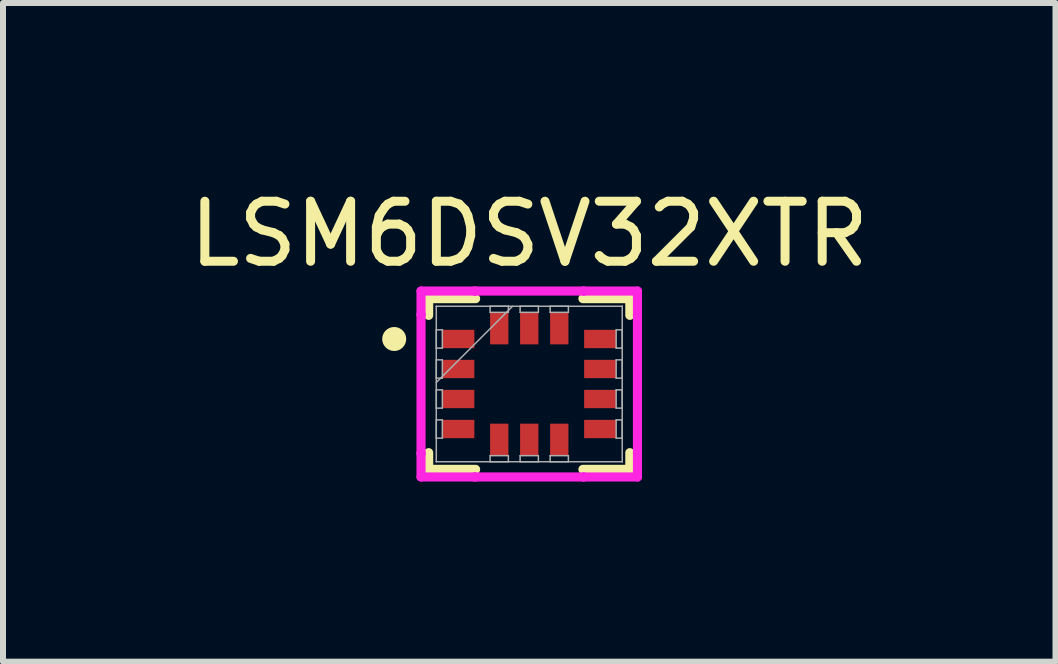
<source format=kicad_pcb>
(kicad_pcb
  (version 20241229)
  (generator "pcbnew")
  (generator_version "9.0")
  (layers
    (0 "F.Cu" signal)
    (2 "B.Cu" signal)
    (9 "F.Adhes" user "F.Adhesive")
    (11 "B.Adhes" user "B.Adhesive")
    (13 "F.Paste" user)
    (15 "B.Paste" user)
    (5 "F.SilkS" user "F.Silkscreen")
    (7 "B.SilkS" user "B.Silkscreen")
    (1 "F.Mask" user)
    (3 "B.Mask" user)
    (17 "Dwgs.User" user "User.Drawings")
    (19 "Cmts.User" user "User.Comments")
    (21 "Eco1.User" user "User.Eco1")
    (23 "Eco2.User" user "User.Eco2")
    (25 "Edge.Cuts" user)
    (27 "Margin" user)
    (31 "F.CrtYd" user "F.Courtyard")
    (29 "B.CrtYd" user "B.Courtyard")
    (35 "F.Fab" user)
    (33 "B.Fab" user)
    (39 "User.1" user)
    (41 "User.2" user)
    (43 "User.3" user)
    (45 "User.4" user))
  (footprint "LSM6DSV32XTR"
    (layer "F.Cu")
    (at 5.768 3.348)
    (property "Reference" "LSM6DSV32XTR" (at 0 -2.5 0) (unlocked yes) (layer "F.SilkS") (effects (font (size 1 1) (thickness 0.15))))
    (attr smd)
    (fp_line (start -1.676 -1.422) (end -1.676 -1.144) (stroke (width 0.152) (type solid)) (layer "F.SilkS"))
    (fp_line (start -1.676 1.144) (end -1.676 1.422) (stroke (width 0.152) (type solid)) (layer "F.SilkS"))
    (fp_line (start -1.676 1.422) (end -0.894 1.422) (stroke (width 0.152) (type solid)) (layer "F.SilkS"))
    (fp_line (start -0.894 -1.422) (end -1.676 -1.422) (stroke (width 0.152) (type solid)) (layer "F.SilkS"))
    (fp_line (start 0.894 1.422) (end 1.676 1.422) (stroke (width 0.152) (type solid)) (layer "F.SilkS"))
    (fp_line (start 1.676 -1.422) (end 0.894 -1.422) (stroke (width 0.152) (type solid)) (layer "F.SilkS"))
    (fp_line (start 1.676 -1.144) (end 1.676 -1.422) (stroke (width 0.152) (type solid)) (layer "F.SilkS"))
    (fp_line (start 1.676 1.422) (end 1.676 1.144) (stroke (width 0.152) (type solid)) (layer "F.SilkS"))
    (fp_circle (center -2.25 -0.75) (end -2.15 -0.75) (stroke (width 0.2) (type solid)) (fill no) (layer "F.SilkS"))
    (fp_line (start -1.803 -1.549) (end -0.906 -1.549) (stroke (width 0.152) (type solid)) (layer "F.CrtYd"))
    (fp_line (start -1.803 -1.156) (end -1.803 -1.549) (stroke (width 0.152) (type solid)) (layer "F.CrtYd"))
    (fp_line (start -1.803 -1.156) (end -1.803 -1.156) (stroke (width 0.152) (type solid)) (layer "F.CrtYd"))
    (fp_line (start -1.803 1.156) (end -1.803 -1.156) (stroke (width 0.152) (type solid)) (layer "F.CrtYd"))
    (fp_line (start -1.803 1.156) (end -1.803 1.156) (stroke (width 0.152) (type solid)) (layer "F.CrtYd"))
    (fp_line (start -1.803 1.549) (end -1.803 1.156) (stroke (width 0.152) (type solid)) (layer "F.CrtYd"))
    (fp_line (start -0.906 -1.549) (end -0.906 -1.549) (stroke (width 0.152) (type solid)) (layer "F.CrtYd"))
    (fp_line (start -0.906 -1.549) (end 0.906 -1.549) (stroke (width 0.152) (type solid)) (layer "F.CrtYd"))
    (fp_line (start -0.906 1.549) (end -1.803 1.549) (stroke (width 0.152) (type solid)) (layer "F.CrtYd"))
    (fp_line (start -0.906 1.549) (end -0.906 1.549) (stroke (width 0.152) (type solid)) (layer "F.CrtYd"))
    (fp_line (start 0.906 -1.549) (end 0.906 -1.549) (stroke (width 0.152) (type solid)) (layer "F.CrtYd"))
    (fp_line (start 0.906 -1.549) (end 1.803 -1.549) (stroke (width 0.152) (type solid)) (layer "F.CrtYd"))
    (fp_line (start 0.906 1.549) (end -0.906 1.549) (stroke (width 0.152) (type solid)) (layer "F.CrtYd"))
    (fp_line (start 0.906 1.549) (end 0.906 1.549) (stroke (width 0.152) (type solid)) (layer "F.CrtYd"))
    (fp_line (start 1.803 -1.549) (end 1.803 -1.156) (stroke (width 0.152) (type solid)) (layer "F.CrtYd"))
    (fp_line (start 1.803 -1.156) (end 1.803 -1.156) (stroke (width 0.152) (type solid)) (layer "F.CrtYd"))
    (fp_line (start 1.803 -1.156) (end 1.803 1.156) (stroke (width 0.152) (type solid)) (layer "F.CrtYd"))
    (fp_line (start 1.803 1.156) (end 1.803 1.156) (stroke (width 0.152) (type solid)) (layer "F.CrtYd"))
    (fp_line (start 1.803 1.156) (end 1.803 1.549) (stroke (width 0.152) (type solid)) (layer "F.CrtYd"))
    (fp_line (start 1.803 1.549) (end 0.906 1.549) (stroke (width 0.152) (type solid)) (layer "F.CrtYd"))
    (fp_line (start -1.549 -1.295) (end -1.549 -1.295) (stroke (width 0.025) (type solid)) (layer "F.Fab"))
    (fp_line (start -1.549 -1.295) (end -1.549 1.295) (stroke (width 0.025) (type solid)) (layer "F.Fab"))
    (fp_line (start -1.549 -0.902) (end -1.448 -0.902) (stroke (width 0.025) (type solid)) (layer "F.Fab"))
    (fp_line (start -1.549 -0.598) (end -1.549 -0.902) (stroke (width 0.025) (type solid)) (layer "F.Fab"))
    (fp_line (start -1.549 -0.402) (end -1.448 -0.402) (stroke (width 0.025) (type solid)) (layer "F.Fab"))
    (fp_line (start -1.549 -0.098) (end -1.549 -0.402) (stroke (width 0.025) (type solid)) (layer "F.Fab"))
    (fp_line (start -1.549 -0.025) (end -0.279 -1.295) (stroke (width 0.025) (type solid)) (layer "F.Fab"))
    (fp_line (start -1.549 0.098) (end -1.448 0.098) (stroke (width 0.025) (type solid)) (layer "F.Fab"))
    (fp_line (start -1.549 0.402) (end -1.549 0.098) (stroke (width 0.025) (type solid)) (layer "F.Fab"))
    (fp_line (start -1.549 0.598) (end -1.448 0.598) (stroke (width 0.025) (type solid)) (layer "F.Fab"))
    (fp_line (start -1.549 0.902) (end -1.549 0.598) (stroke (width 0.025) (type solid)) (layer "F.Fab"))
    (fp_line (start -1.549 1.295) (end -1.549 1.295) (stroke (width 0.025) (type solid)) (layer "F.Fab"))
    (fp_line (start -1.549 1.295) (end 1.549 1.295) (stroke (width 0.025) (type solid)) (layer "F.Fab"))
    (fp_line (start -1.448 -0.902) (end -1.448 -0.598) (stroke (width 0.025) (type solid)) (layer "F.Fab"))
    (fp_line (start -1.448 -0.598) (end -1.549 -0.598) (stroke (width 0.025) (type solid)) (layer "F.Fab"))
    (fp_line (start -1.448 -0.402) (end -1.448 -0.098) (stroke (width 0.025) (type solid)) (layer "F.Fab"))
    (fp_line (start -1.448 -0.098) (end -1.549 -0.098) (stroke (width 0.025) (type solid)) (layer "F.Fab"))
    (fp_line (start -1.448 0.098) (end -1.448 0.402) (stroke (width 0.025) (type solid)) (layer "F.Fab"))
    (fp_line (start -1.448 0.402) (end -1.549 0.402) (stroke (width 0.025) (type solid)) (layer "F.Fab"))
    (fp_line (start -1.448 0.598) (end -1.448 0.902) (stroke (width 0.025) (type solid)) (layer "F.Fab"))
    (fp_line (start -1.448 0.902) (end -1.549 0.902) (stroke (width 0.025) (type solid)) (layer "F.Fab"))
    (fp_line (start -0.652 -1.295) (end -0.348 -1.295) (stroke (width 0.025) (type solid)) (layer "F.Fab"))
    (fp_line (start -0.652 -1.194) (end -0.652 -1.295) (stroke (width 0.025) (type solid)) (layer "F.Fab"))
    (fp_line (start -0.652 1.194) (end -0.348 1.194) (stroke (width 0.025) (type solid)) (layer "F.Fab"))
    (fp_line (start -0.652 1.295) (end -0.652 1.194) (stroke (width 0.025) (type solid)) (layer "F.Fab"))
    (fp_line (start -0.348 -1.295) (end -0.348 -1.194) (stroke (width 0.025) (type solid)) (layer "F.Fab"))
    (fp_line (start -0.348 -1.194) (end -0.652 -1.194) (stroke (width 0.025) (type solid)) (layer "F.Fab"))
    (fp_line (start -0.348 1.194) (end -0.348 1.295) (stroke (width 0.025) (type solid)) (layer "F.Fab"))
    (fp_line (start -0.348 1.295) (end -0.652 1.295) (stroke (width 0.025) (type solid)) (layer "F.Fab"))
    (fp_line (start -0.152 -1.295) (end 0.152 -1.295) (stroke (width 0.025) (type solid)) (layer "F.Fab"))
    (fp_line (start -0.152 -1.194) (end -0.152 -1.295) (stroke (width 0.025) (type solid)) (layer "F.Fab"))
    (fp_line (start -0.152 1.194) (end 0.152 1.194) (stroke (width 0.025) (type solid)) (layer "F.Fab"))
    (fp_line (start -0.152 1.295) (end -0.152 1.194) (stroke (width 0.025) (type solid)) (layer "F.Fab"))
    (fp_line (start 0.152 -1.295) (end 0.152 -1.194) (stroke (width 0.025) (type solid)) (layer "F.Fab"))
    (fp_line (start 0.152 -1.194) (end -0.152 -1.194) (stroke (width 0.025) (type solid)) (layer "F.Fab"))
    (fp_line (start 0.152 1.194) (end 0.152 1.295) (stroke (width 0.025) (type solid)) (layer "F.Fab"))
    (fp_line (start 0.152 1.295) (end -0.152 1.295) (stroke (width 0.025) (type solid)) (layer "F.Fab"))
    (fp_line (start 0.348 -1.295) (end 0.652 -1.295) (stroke (width 0.025) (type solid)) (layer "F.Fab"))
    (fp_line (start 0.348 -1.194) (end 0.348 -1.295) (stroke (width 0.025) (type solid)) (layer "F.Fab"))
    (fp_line (start 0.348 1.194) (end 0.652 1.194) (stroke (width 0.025) (type solid)) (layer "F.Fab"))
    (fp_line (start 0.348 1.295) (end 0.348 1.194) (stroke (width 0.025) (type solid)) (layer "F.Fab"))
    (fp_line (start 0.652 -1.295) (end 0.652 -1.194) (stroke (width 0.025) (type solid)) (layer "F.Fab"))
    (fp_line (start 0.652 -1.194) (end 0.348 -1.194) (stroke (width 0.025) (type solid)) (layer "F.Fab"))
    (fp_line (start 0.652 1.194) (end 0.652 1.295) (stroke (width 0.025) (type solid)) (layer "F.Fab"))
    (fp_line (start 0.652 1.295) (end 0.348 1.295) (stroke (width 0.025) (type solid)) (layer "F.Fab"))
    (fp_line (start 1.448 -0.902) (end 1.549 -0.902) (stroke (width 0.025) (type solid)) (layer "F.Fab"))
    (fp_line (start 1.448 -0.598) (end 1.448 -0.902) (stroke (width 0.025) (type solid)) (layer "F.Fab"))
    (fp_line (start 1.448 -0.402) (end 1.549 -0.402) (stroke (width 0.025) (type solid)) (layer "F.Fab"))
    (fp_line (start 1.448 -0.098) (end 1.448 -0.402) (stroke (width 0.025) (type solid)) (layer "F.Fab"))
    (fp_line (start 1.448 0.098) (end 1.549 0.098) (stroke (width 0.025) (type solid)) (layer "F.Fab"))
    (fp_line (start 1.448 0.402) (end 1.448 0.098) (stroke (width 0.025) (type solid)) (layer "F.Fab"))
    (fp_line (start 1.448 0.598) (end 1.549 0.598) (stroke (width 0.025) (type solid)) (layer "F.Fab"))
    (fp_line (start 1.448 0.902) (end 1.448 0.598) (stroke (width 0.025) (type solid)) (layer "F.Fab"))
    (fp_line (start 1.549 -1.295) (end -1.549 -1.295) (stroke (width 0.025) (type solid)) (layer "F.Fab"))
    (fp_line (start 1.549 -1.295) (end 1.549 -1.295) (stroke (width 0.025) (type solid)) (layer "F.Fab"))
    (fp_line (start 1.549 -0.902) (end 1.549 -0.598) (stroke (width 0.025) (type solid)) (layer "F.Fab"))
    (fp_line (start 1.549 -0.598) (end 1.448 -0.598) (stroke (width 0.025) (type solid)) (layer "F.Fab"))
    (fp_line (start 1.549 -0.402) (end 1.549 -0.098) (stroke (width 0.025) (type solid)) (layer "F.Fab"))
    (fp_line (start 1.549 -0.098) (end 1.448 -0.098) (stroke (width 0.025) (type solid)) (layer "F.Fab"))
    (fp_line (start 1.549 0.098) (end 1.549 0.402) (stroke (width 0.025) (type solid)) (layer "F.Fab"))
    (fp_line (start 1.549 0.402) (end 1.448 0.402) (stroke (width 0.025) (type solid)) (layer "F.Fab"))
    (fp_line (start 1.549 0.598) (end 1.549 0.902) (stroke (width 0.025) (type solid)) (layer "F.Fab"))
    (fp_line (start 1.549 0.902) (end 1.448 0.902) (stroke (width 0.025) (type solid)) (layer "F.Fab"))
    (fp_line (start 1.549 1.295) (end 1.549 -1.295) (stroke (width 0.025) (type solid)) (layer "F.Fab"))
    (fp_line (start 1.549 1.295) (end 1.549 1.295) (stroke (width 0.025) (type solid)) (layer "F.Fab"))
    (pad "1" smd rect (at -1.181 -0.75 90) (size 0.305 0.533) (layers "F.Cu" "F.Mask" "F.Paste"))
    (pad "2" smd rect (at -1.181 -0.25 90) (size 0.305 0.533) (layers "F.Cu" "F.Mask" "F.Paste"))
    (pad "3" smd rect (at -1.181 0.25 90) (size 0.305 0.533) (layers "F.Cu" "F.Mask" "F.Paste"))
    (pad "4" smd rect (at -1.181 0.75 90) (size 0.305 0.533) (layers "F.Cu" "F.Mask" "F.Paste"))
    (pad "5" smd rect (at -0.5 0.927) (size 0.305 0.533) (layers "F.Cu" "F.Mask" "F.Paste"))
    (pad "6" smd rect (at 0 0.927) (size 0.305 0.533) (layers "F.Cu" "F.Mask" "F.Paste"))
    (pad "7" smd rect (at 0.5 0.927) (size 0.305 0.533) (layers "F.Cu" "F.Mask" "F.Paste"))
    (pad "8" smd rect (at 1.181 0.75 90) (size 0.305 0.533) (layers "F.Cu" "F.Mask" "F.Paste"))
    (pad "9" smd rect (at 1.181 0.25 90) (size 0.305 0.533) (layers "F.Cu" "F.Mask" "F.Paste"))
    (pad "10" smd rect (at 1.181 -0.25 90) (size 0.305 0.533) (layers "F.Cu" "F.Mask" "F.Paste"))
    (pad "11" smd rect (at 1.181 -0.75 90) (size 0.305 0.533) (layers "F.Cu" "F.Mask" "F.Paste"))
    (pad "12" smd rect (at 0.5 -0.927) (size 0.305 0.533) (layers "F.Cu" "F.Mask" "F.Paste"))
    (pad "13" smd rect (at 0 -0.927) (size 0.305 0.533) (layers "F.Cu" "F.Mask" "F.Paste"))
    (pad "14" smd rect (at -0.5 -0.927) (size 0.305 0.533) (layers "F.Cu" "F.Mask" "F.Paste")))
  (gr_rect
    (start -3 -3)
    (end 14.536 7.974)
    (stroke (width 0.1) (type default))
    (fill no)
    (layer "Edge.Cuts")))
</source>
